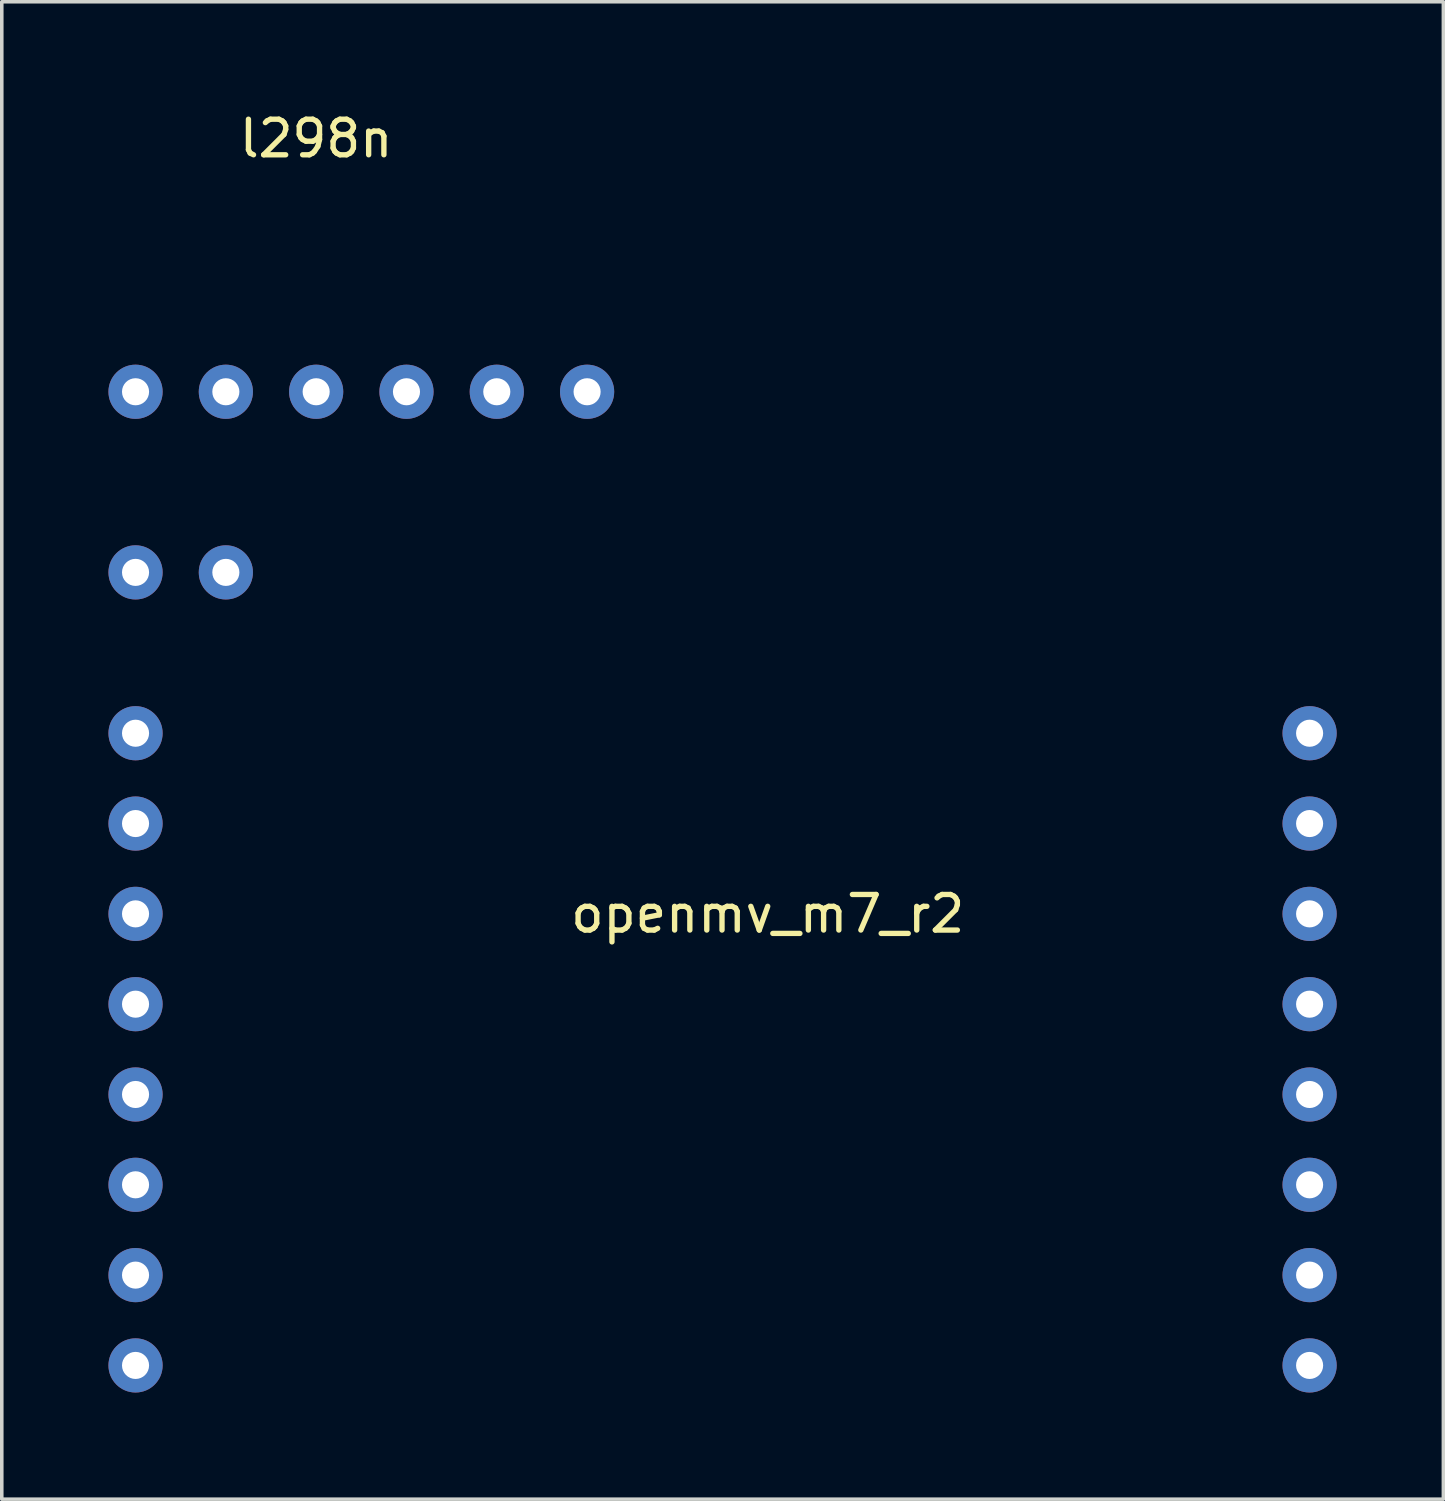
<source format=kicad_pcb>
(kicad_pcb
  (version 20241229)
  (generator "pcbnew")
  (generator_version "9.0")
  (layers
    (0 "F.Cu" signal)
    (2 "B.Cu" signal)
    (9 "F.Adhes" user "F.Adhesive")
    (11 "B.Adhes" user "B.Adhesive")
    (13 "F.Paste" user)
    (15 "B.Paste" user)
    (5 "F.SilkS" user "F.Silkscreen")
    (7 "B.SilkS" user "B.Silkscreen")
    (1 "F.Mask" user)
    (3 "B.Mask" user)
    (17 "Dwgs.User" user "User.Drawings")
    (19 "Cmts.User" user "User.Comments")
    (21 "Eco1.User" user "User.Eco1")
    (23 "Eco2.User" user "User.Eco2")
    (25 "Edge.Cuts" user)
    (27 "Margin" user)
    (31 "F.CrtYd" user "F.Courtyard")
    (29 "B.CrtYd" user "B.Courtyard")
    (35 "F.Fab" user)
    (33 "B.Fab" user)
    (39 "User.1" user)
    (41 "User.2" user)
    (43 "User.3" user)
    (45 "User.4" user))
  (footprint "openmv_m7_r2"
    (layer "F.Cu")
    (at 17.272 23.922)
    (property "Reference" "openmv_m7_r2" (at 1.27 -1.27 0) (layer "F.SilkS") (effects (font (size 1 1) (thickness 0.15))))
    (attr through_hole)
    (pad "3.3v" thru_hole circle (at -16.51 11.43) (size 1.524 1.524) (drill 0.762) (layers "*.Cu" "*.Mask"))
    (pad "boot" thru_hole circle (at 16.51 -3.81) (size 1.524 1.524) (drill 0.762) (layers "*.Cu" "*.Mask"))
    (pad "gnd" thru_hole circle (at 16.51 11.43) (size 1.524 1.524) (drill 0.762) (layers "*.Cu" "*.Mask"))
    (pad "p0" thru_hole circle (at -16.51 -6.35) (size 1.524 1.524) (drill 0.762) (layers "*.Cu" "*.Mask"))
    (pad "p1" thru_hole circle (at -16.51 -3.81) (size 1.524 1.524) (drill 0.762) (layers "*.Cu" "*.Mask"))
    (pad "p2" thru_hole circle (at -16.51 -1.27) (size 1.524 1.524) (drill 0.762) (layers "*.Cu" "*.Mask"))
    (pad "p3" thru_hole circle (at -16.51 1.27) (size 1.524 1.524) (drill 0.762) (layers "*.Cu" "*.Mask"))
    (pad "p4" thru_hole circle (at -16.51 3.81) (size 1.524 1.524) (drill 0.762) (layers "*.Cu" "*.Mask"))
    (pad "p5" thru_hole circle (at -16.51 6.35) (size 1.524 1.524) (drill 0.762) (layers "*.Cu" "*.Mask"))
    (pad "p6" thru_hole circle (at -16.51 8.89) (size 1.524 1.524) (drill 0.762) (layers "*.Cu" "*.Mask"))
    (pad "p7" thru_hole circle (at 16.51 6.35) (size 1.524 1.524) (drill 0.762) (layers "*.Cu" "*.Mask"))
    (pad "p8" thru_hole circle (at 16.51 3.81) (size 1.524 1.524) (drill 0.762) (layers "*.Cu" "*.Mask"))
    (pad "p9" thru_hole circle (at 16.51 1.27) (size 1.524 1.524) (drill 0.762) (layers "*.Cu" "*.Mask"))
    (pad "rst" thru_hole circle (at 16.51 -6.35) (size 1.524 1.524) (drill 0.762) (layers "*.Cu" "*.Mask"))
    (pad "syn" thru_hole circle (at 16.51 -1.27) (size 1.524 1.524) (drill 0.762) (layers "*.Cu" "*.Mask"))
    (pad "vin" thru_hole circle (at 16.51 8.89) (size 1.524 1.524) (drill 0.762) (layers "*.Cu" "*.Mask")))
  (footprint "l298n"
    (layer "F.Cu")
    (at 5.842 7.968)
    (property "Reference" "l298n" (at 0 -7.12 0) (layer "F.SilkS") (effects (font (size 1 1) (thickness 0.15))))
    (attr through_hole)
    (pad "2" thru_hole circle (at -5.08 5.08) (size 1.524 1.524) (drill 0.762) (layers "*.Cu" "*.Mask"))
    (pad "3" thru_hole circle (at -2.54 5.08) (size 1.524 1.524) (drill 0.762) (layers "*.Cu" "*.Mask"))
    (pad "5" thru_hole circle (at -5.08 0) (size 1.524 1.524) (drill 0.762) (layers "*.Cu" "*.Mask"))
    (pad "6" thru_hole circle (at -2.54 0) (size 1.524 1.524) (drill 0.762) (layers "*.Cu" "*.Mask"))
    (pad "7" thru_hole circle (at 0 0) (size 1.524 1.524) (drill 0.762) (layers "*.Cu" "*.Mask"))
    (pad "8" thru_hole circle (at 2.54 0) (size 1.524 1.524) (drill 0.762) (layers "*.Cu" "*.Mask"))
    (pad "9" thru_hole circle (at 5.08 0) (size 1.524 1.524) (drill 0.762) (layers "*.Cu" "*.Mask"))
    (pad "10" thru_hole circle (at 7.62 0) (size 1.524 1.524) (drill 0.762) (layers "*.Cu" "*.Mask")))
  (gr_rect
    (start -3 -3)
    (end 37.544 39.114)
    (stroke (width 0.1) (type default))
    (fill no)
    (layer "Edge.Cuts")))
</source>
